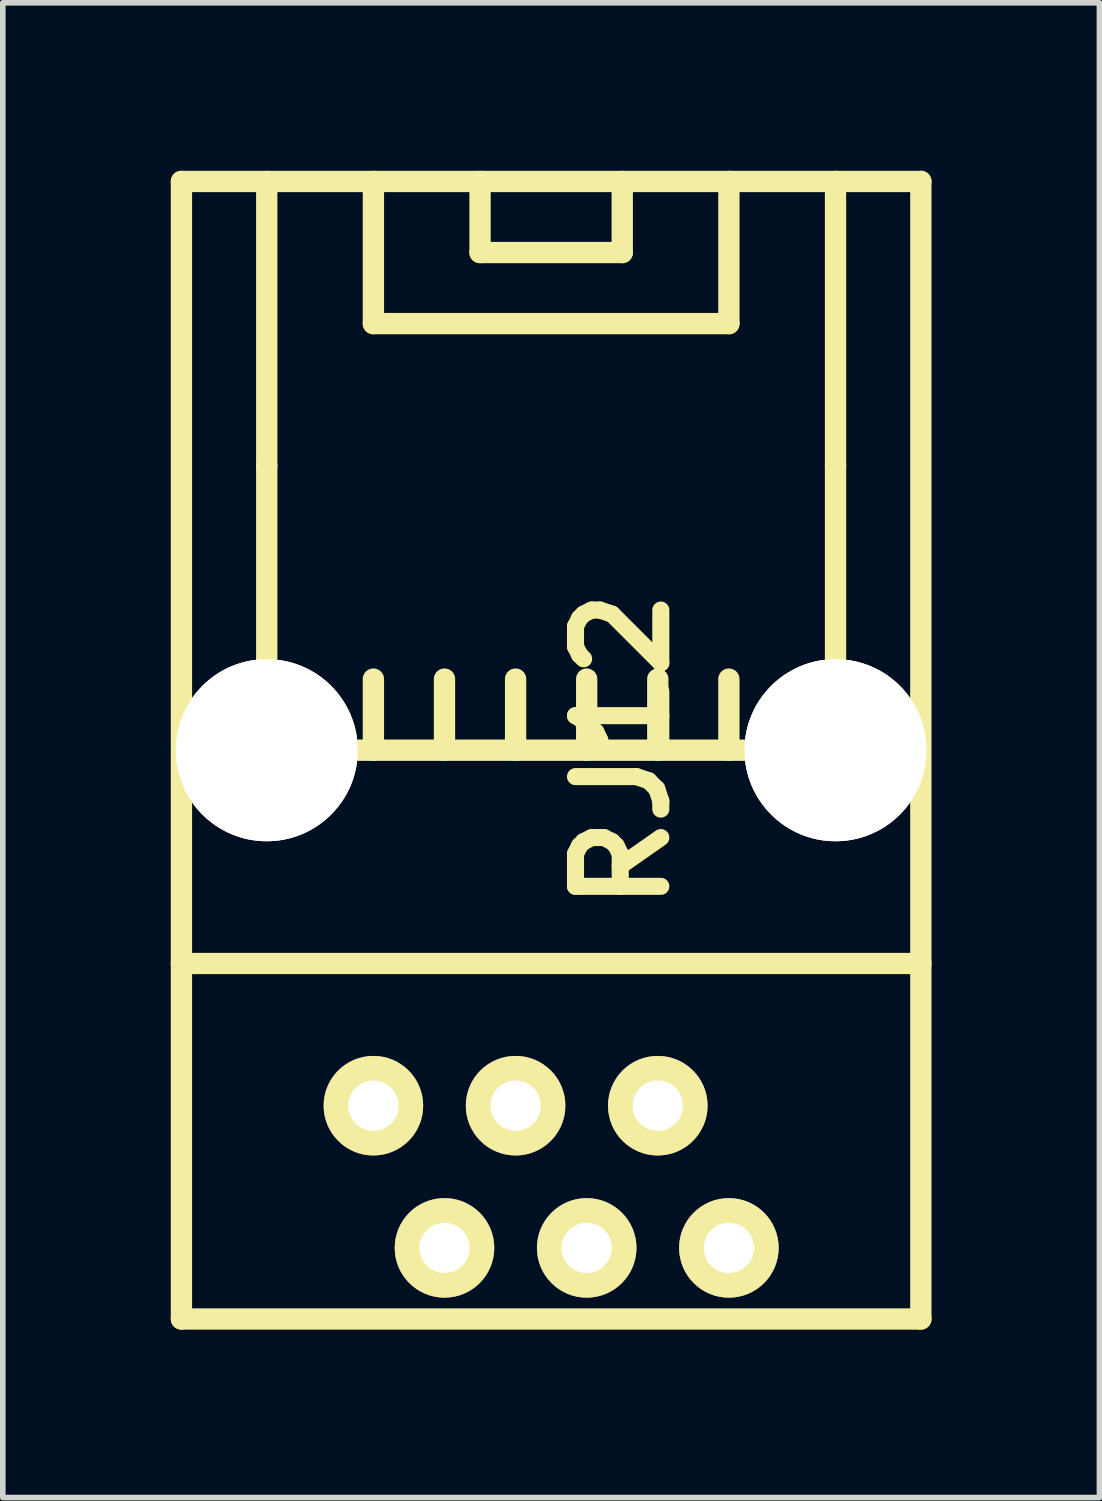
<source format=kicad_pcb>
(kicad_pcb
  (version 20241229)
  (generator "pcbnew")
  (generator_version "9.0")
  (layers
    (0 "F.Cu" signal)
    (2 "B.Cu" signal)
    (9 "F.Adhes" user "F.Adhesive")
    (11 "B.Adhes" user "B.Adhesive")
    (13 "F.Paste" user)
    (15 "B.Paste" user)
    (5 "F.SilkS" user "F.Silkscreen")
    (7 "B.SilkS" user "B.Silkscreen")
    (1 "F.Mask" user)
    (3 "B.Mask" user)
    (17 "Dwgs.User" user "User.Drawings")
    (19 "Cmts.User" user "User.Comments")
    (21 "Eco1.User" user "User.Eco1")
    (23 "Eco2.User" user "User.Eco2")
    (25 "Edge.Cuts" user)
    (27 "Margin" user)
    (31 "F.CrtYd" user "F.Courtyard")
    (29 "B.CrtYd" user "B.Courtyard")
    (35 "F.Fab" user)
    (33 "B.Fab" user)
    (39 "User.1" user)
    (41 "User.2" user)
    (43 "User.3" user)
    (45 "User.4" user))
  (footprint "RJ12"
    (layer "F.Cu")
    (at 6.795 10.351)
    (property "Reference" "RJ12" (at 1.27 0 90) (layer "F.SilkS") (effects (font (size 1.524 1.524) (thickness 0.305))))
    (attr through_hole)
    (fp_line (start -6.604 3.81) (end 6.604 3.81) (stroke (width 0.381) (type solid)) (layer "F.SilkS"))
    (fp_line (start -6.604 10.16) (end -6.604 -10.16) (stroke (width 0.381) (type solid)) (layer "F.SilkS"))
    (fp_line (start -6.604 10.16) (end 6.604 10.16) (stroke (width 0.381) (type solid)) (layer "F.SilkS"))
    (fp_line (start -5.08 -10.16) (end -5.08 -5.08) (stroke (width 0.381) (type solid)) (layer "F.SilkS"))
    (fp_line (start -5.08 -5.08) (end -5.08 0) (stroke (width 0.381) (type solid)) (layer "F.SilkS"))
    (fp_line (start -5.08 0) (end 3.81 0) (stroke (width 0.381) (type solid)) (layer "F.SilkS"))
    (fp_line (start -3.175 -10.16) (end -3.175 -7.62) (stroke (width 0.381) (type solid)) (layer "F.SilkS"))
    (fp_line (start -3.175 -7.62) (end 3.175 -7.62) (stroke (width 0.381) (type solid)) (layer "F.SilkS"))
    (fp_line (start -3.175 0) (end -3.175 -1.27) (stroke (width 0.381) (type solid)) (layer "F.SilkS"))
    (fp_line (start -1.905 0) (end -1.905 -1.27) (stroke (width 0.381) (type solid)) (layer "F.SilkS"))
    (fp_line (start -1.27 -10.16) (end -1.27 -8.89) (stroke (width 0.381) (type solid)) (layer "F.SilkS"))
    (fp_line (start -1.27 -8.89) (end 1.27 -8.89) (stroke (width 0.381) (type solid)) (layer "F.SilkS"))
    (fp_line (start -0.635 0) (end -0.635 -1.27) (stroke (width 0.381) (type solid)) (layer "F.SilkS"))
    (fp_line (start 0.635 0) (end 0.635 -1.27) (stroke (width 0.381) (type solid)) (layer "F.SilkS"))
    (fp_line (start 1.27 -8.89) (end 1.27 -10.16) (stroke (width 0.381) (type solid)) (layer "F.SilkS"))
    (fp_line (start 1.905 0) (end 1.905 -1.27) (stroke (width 0.381) (type solid)) (layer "F.SilkS"))
    (fp_line (start 3.175 -7.62) (end 3.175 -10.16) (stroke (width 0.381) (type solid)) (layer "F.SilkS"))
    (fp_line (start 3.175 0) (end 3.175 -1.27) (stroke (width 0.381) (type solid)) (layer "F.SilkS"))
    (fp_line (start 3.81 0) (end 5.08 0) (stroke (width 0.381) (type solid)) (layer "F.SilkS"))
    (fp_line (start 5.08 -5.08) (end 5.08 -10.16) (stroke (width 0.381) (type solid)) (layer "F.SilkS"))
    (fp_line (start 5.08 -5.08) (end 5.08 0) (stroke (width 0.381) (type solid)) (layer "F.SilkS"))
    (fp_line (start 6.604 -10.16) (end -6.604 -10.16) (stroke (width 0.381) (type solid)) (layer "F.SilkS"))
    (fp_line (start 6.604 10.16) (end 6.604 -10.16) (stroke (width 0.381) (type solid)) (layer "F.SilkS"))
    (pad "1" thru_hole circle (at 3.175 8.89) (size 1.778 1.778) (drill 0.899) (layers "*.Cu" "*.Mask" "F.SilkS"))
    (pad "2" thru_hole circle (at 1.905 6.35) (size 1.778 1.778) (drill 0.899) (layers "*.Cu" "*.Mask" "F.SilkS"))
    (pad "3" thru_hole circle (at 0.635 8.89) (size 1.778 1.778) (drill 0.899) (layers "*.Cu" "*.Mask" "F.SilkS"))
    (pad "4" thru_hole circle (at -0.635 6.35) (size 1.778 1.778) (drill 0.899) (layers "*.Cu" "*.Mask" "F.SilkS"))
    (pad "5" thru_hole circle (at -1.905 8.89) (size 1.778 1.778) (drill 0.899) (layers "*.Cu" "*.Mask" "F.SilkS"))
    (pad "6" thru_hole circle (at -3.175 6.35) (size 1.778 1.778) (drill 0.899) (layers "*.Cu" "*.Mask" "F.SilkS"))
    (pad "7" thru_hole circle (at 5.08 0) (size 3.251 3.251) (drill 3.251) (layers "*.Cu" "*.Mask" "F.SilkS"))
    (pad "8" thru_hole circle (at -5.08 0) (size 3.251 3.251) (drill 3.251) (layers "*.Cu" "*.Mask" "F.SilkS")))
  (gr_rect
    (start -3 -3)
    (end 16.589 23.701)
    (stroke (width 0.1) (type default))
    (fill no)
    (layer "Edge.Cuts")))
</source>
